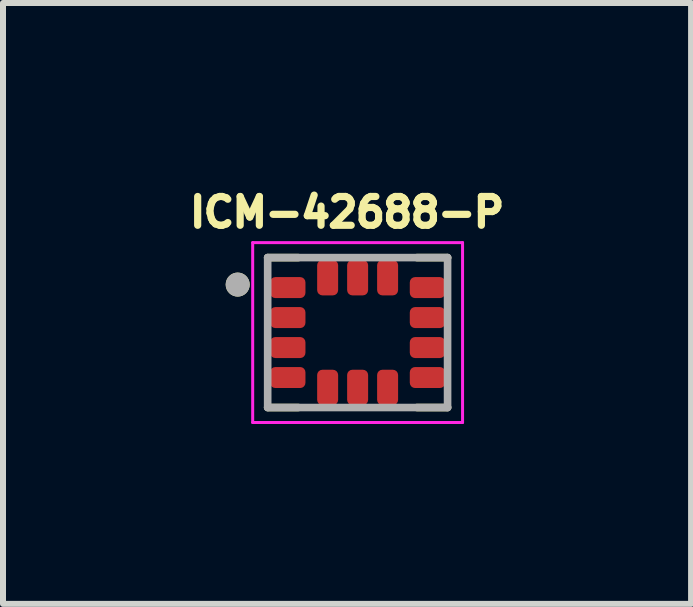
<source format=kicad_pcb>
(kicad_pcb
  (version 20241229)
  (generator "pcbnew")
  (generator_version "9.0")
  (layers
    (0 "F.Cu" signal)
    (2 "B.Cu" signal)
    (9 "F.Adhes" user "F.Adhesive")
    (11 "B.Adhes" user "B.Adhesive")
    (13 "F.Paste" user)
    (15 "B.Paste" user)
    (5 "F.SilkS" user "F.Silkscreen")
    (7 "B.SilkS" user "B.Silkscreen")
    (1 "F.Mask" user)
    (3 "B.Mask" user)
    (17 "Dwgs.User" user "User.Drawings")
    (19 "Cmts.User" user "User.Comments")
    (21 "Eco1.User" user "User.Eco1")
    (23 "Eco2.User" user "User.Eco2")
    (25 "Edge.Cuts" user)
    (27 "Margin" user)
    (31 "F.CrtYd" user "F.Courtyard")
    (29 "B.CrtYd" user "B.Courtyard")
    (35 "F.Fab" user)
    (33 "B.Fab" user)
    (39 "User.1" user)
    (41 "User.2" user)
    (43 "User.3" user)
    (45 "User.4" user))
  (footprint "ICM-42688-P"
    (layer "F.Cu")
    (at 2.914 2.496)
    (property "Reference" "ICM-42688-P" (at -0.176 -2.005 0) (layer "F.SilkS") (effects (font (size 0.48 0.48) (thickness 0.15))))
    (attr smd)
    (fp_poly (pts (xy -0.82 -0.85) (xy -0.82 -0.65) (xy -0.82 -0.643) (xy -0.821 -0.637) (xy -0.822 -0.63) (xy -0.823 -0.624) (xy -0.824 -0.618) (xy -0.826 -0.611) (xy -0.828 -0.605) (xy -0.831 -0.599) (xy -0.834 -0.593) (xy -0.837 -0.588) (xy -0.84 -0.582) (xy -0.844 -0.577) (xy -0.848 -0.571) (xy -0.852 -0.566) (xy -0.857 -0.562) (xy -0.861 -0.557) (xy -0.866 -0.553) (xy -0.872 -0.549) (xy -0.877 -0.545) (xy -0.882 -0.542) (xy -0.888 -0.539) (xy -0.894 -0.536) (xy -0.9 -0.533) (xy -0.906 -0.531) (xy -0.913 -0.529) (xy -0.919 -0.528) (xy -0.925 -0.527) (xy -0.932 -0.526) (xy -0.938 -0.525) (xy -0.945 -0.525) (xy -1.385 -0.525) (xy -1.392 -0.525) (xy -1.398 -0.526) (xy -1.405 -0.527) (xy -1.411 -0.528) (xy -1.417 -0.529) (xy -1.424 -0.531) (xy -1.43 -0.533) (xy -1.436 -0.536) (xy -1.442 -0.539) (xy -1.448 -0.542) (xy -1.453 -0.545) (xy -1.458 -0.549) (xy -1.464 -0.553) (xy -1.469 -0.557) (xy -1.473 -0.562) (xy -1.478 -0.566) (xy -1.482 -0.571) (xy -1.486 -0.577) (xy -1.49 -0.582) (xy -1.493 -0.588) (xy -1.496 -0.593) (xy -1.499 -0.599) (xy -1.502 -0.605) (xy -1.504 -0.611) (xy -1.506 -0.618) (xy -1.507 -0.624) (xy -1.508 -0.63) (xy -1.509 -0.637) (xy -1.51 -0.643) (xy -1.51 -0.65) (xy -1.51 -0.85) (xy -1.51 -0.857) (xy -1.509 -0.863) (xy -1.508 -0.87) (xy -1.507 -0.876) (xy -1.506 -0.882) (xy -1.504 -0.889) (xy -1.502 -0.895) (xy -1.499 -0.901) (xy -1.496 -0.907) (xy -1.493 -0.912) (xy -1.49 -0.918) (xy -1.486 -0.923) (xy -1.482 -0.929) (xy -1.478 -0.934) (xy -1.473 -0.938) (xy -1.469 -0.943) (xy -1.464 -0.947) (xy -1.458 -0.951) (xy -1.453 -0.955) (xy -1.448 -0.958) (xy -1.442 -0.961) (xy -1.436 -0.964) (xy -1.43 -0.967) (xy -1.424 -0.969) (xy -1.417 -0.971) (xy -1.411 -0.972) (xy -1.405 -0.973) (xy -1.398 -0.974) (xy -1.392 -0.975) (xy -1.385 -0.975) (xy -0.945 -0.975) (xy -0.938 -0.975) (xy -0.932 -0.974) (xy -0.925 -0.973) (xy -0.919 -0.972) (xy -0.913 -0.971) (xy -0.906 -0.969) (xy -0.9 -0.967) (xy -0.894 -0.964) (xy -0.888 -0.961) (xy -0.882 -0.958) (xy -0.877 -0.955) (xy -0.872 -0.951) (xy -0.866 -0.947) (xy -0.861 -0.943) (xy -0.857 -0.938) (xy -0.852 -0.934) (xy -0.848 -0.929) (xy -0.844 -0.923) (xy -0.84 -0.918) (xy -0.837 -0.912) (xy -0.834 -0.907) (xy -0.831 -0.901) (xy -0.828 -0.895) (xy -0.826 -0.889) (xy -0.824 -0.882) (xy -0.823 -0.876) (xy -0.822 -0.87) (xy -0.821 -0.863) (xy -0.82 -0.857) (xy -0.82 -0.85)) (stroke (width 0.01) (type solid)) (fill yes) (layer "F.Mask"))
    (fp_poly (pts (xy -0.82 -0.35) (xy -0.82 -0.15) (xy -0.82 -0.143) (xy -0.821 -0.137) (xy -0.822 -0.13) (xy -0.823 -0.124) (xy -0.824 -0.118) (xy -0.826 -0.111) (xy -0.828 -0.105) (xy -0.831 -0.099) (xy -0.834 -0.093) (xy -0.837 -0.088) (xy -0.84 -0.082) (xy -0.844 -0.077) (xy -0.848 -0.071) (xy -0.852 -0.066) (xy -0.857 -0.062) (xy -0.861 -0.057) (xy -0.866 -0.053) (xy -0.872 -0.049) (xy -0.877 -0.045) (xy -0.882 -0.042) (xy -0.888 -0.039) (xy -0.894 -0.036) (xy -0.9 -0.033) (xy -0.906 -0.031) (xy -0.913 -0.029) (xy -0.919 -0.028) (xy -0.925 -0.027) (xy -0.932 -0.026) (xy -0.938 -0.025) (xy -0.945 -0.025) (xy -1.385 -0.025) (xy -1.392 -0.025) (xy -1.398 -0.026) (xy -1.405 -0.027) (xy -1.411 -0.028) (xy -1.417 -0.029) (xy -1.424 -0.031) (xy -1.43 -0.033) (xy -1.436 -0.036) (xy -1.442 -0.039) (xy -1.448 -0.042) (xy -1.453 -0.045) (xy -1.458 -0.049) (xy -1.464 -0.053) (xy -1.469 -0.057) (xy -1.473 -0.062) (xy -1.478 -0.066) (xy -1.482 -0.071) (xy -1.486 -0.077) (xy -1.49 -0.082) (xy -1.493 -0.088) (xy -1.496 -0.093) (xy -1.499 -0.099) (xy -1.502 -0.105) (xy -1.504 -0.111) (xy -1.506 -0.118) (xy -1.507 -0.124) (xy -1.508 -0.13) (xy -1.509 -0.137) (xy -1.51 -0.143) (xy -1.51 -0.15) (xy -1.51 -0.35) (xy -1.51 -0.357) (xy -1.509 -0.363) (xy -1.508 -0.37) (xy -1.507 -0.376) (xy -1.506 -0.382) (xy -1.504 -0.389) (xy -1.502 -0.395) (xy -1.499 -0.401) (xy -1.496 -0.407) (xy -1.493 -0.412) (xy -1.49 -0.418) (xy -1.486 -0.423) (xy -1.482 -0.429) (xy -1.478 -0.434) (xy -1.473 -0.438) (xy -1.469 -0.443) (xy -1.464 -0.447) (xy -1.458 -0.451) (xy -1.453 -0.455) (xy -1.448 -0.458) (xy -1.442 -0.461) (xy -1.436 -0.464) (xy -1.43 -0.467) (xy -1.424 -0.469) (xy -1.417 -0.471) (xy -1.411 -0.472) (xy -1.405 -0.473) (xy -1.398 -0.474) (xy -1.392 -0.475) (xy -1.385 -0.475) (xy -0.945 -0.475) (xy -0.938 -0.475) (xy -0.932 -0.474) (xy -0.925 -0.473) (xy -0.919 -0.472) (xy -0.913 -0.471) (xy -0.906 -0.469) (xy -0.9 -0.467) (xy -0.894 -0.464) (xy -0.888 -0.461) (xy -0.882 -0.458) (xy -0.877 -0.455) (xy -0.872 -0.451) (xy -0.866 -0.447) (xy -0.861 -0.443) (xy -0.857 -0.438) (xy -0.852 -0.434) (xy -0.848 -0.429) (xy -0.844 -0.423) (xy -0.84 -0.418) (xy -0.837 -0.412) (xy -0.834 -0.407) (xy -0.831 -0.401) (xy -0.828 -0.395) (xy -0.826 -0.389) (xy -0.824 -0.382) (xy -0.823 -0.376) (xy -0.822 -0.37) (xy -0.821 -0.363) (xy -0.82 -0.357) (xy -0.82 -0.35)) (stroke (width 0.01) (type solid)) (fill yes) (layer "F.Mask"))
    (fp_poly (pts (xy -0.82 0.15) (xy -0.82 0.35) (xy -0.82 0.357) (xy -0.821 0.363) (xy -0.822 0.37) (xy -0.823 0.376) (xy -0.824 0.382) (xy -0.826 0.389) (xy -0.828 0.395) (xy -0.831 0.401) (xy -0.834 0.407) (xy -0.837 0.412) (xy -0.84 0.418) (xy -0.844 0.423) (xy -0.848 0.429) (xy -0.852 0.434) (xy -0.857 0.438) (xy -0.861 0.443) (xy -0.866 0.447) (xy -0.872 0.451) (xy -0.877 0.455) (xy -0.882 0.458) (xy -0.888 0.461) (xy -0.894 0.464) (xy -0.9 0.467) (xy -0.906 0.469) (xy -0.913 0.471) (xy -0.919 0.472) (xy -0.925 0.473) (xy -0.932 0.474) (xy -0.938 0.475) (xy -0.945 0.475) (xy -1.385 0.475) (xy -1.392 0.475) (xy -1.398 0.474) (xy -1.405 0.473) (xy -1.411 0.472) (xy -1.417 0.471) (xy -1.424 0.469) (xy -1.43 0.467) (xy -1.436 0.464) (xy -1.442 0.461) (xy -1.448 0.458) (xy -1.453 0.455) (xy -1.458 0.451) (xy -1.464 0.447) (xy -1.469 0.443) (xy -1.473 0.438) (xy -1.478 0.434) (xy -1.482 0.429) (xy -1.486 0.423) (xy -1.49 0.418) (xy -1.493 0.412) (xy -1.496 0.407) (xy -1.499 0.401) (xy -1.502 0.395) (xy -1.504 0.389) (xy -1.506 0.382) (xy -1.507 0.376) (xy -1.508 0.37) (xy -1.509 0.363) (xy -1.51 0.357) (xy -1.51 0.35) (xy -1.51 0.15) (xy -1.51 0.143) (xy -1.509 0.137) (xy -1.508 0.13) (xy -1.507 0.124) (xy -1.506 0.118) (xy -1.504 0.111) (xy -1.502 0.105) (xy -1.499 0.099) (xy -1.496 0.093) (xy -1.493 0.088) (xy -1.49 0.082) (xy -1.486 0.077) (xy -1.482 0.071) (xy -1.478 0.066) (xy -1.473 0.062) (xy -1.469 0.057) (xy -1.464 0.053) (xy -1.458 0.049) (xy -1.453 0.045) (xy -1.448 0.042) (xy -1.442 0.039) (xy -1.436 0.036) (xy -1.43 0.033) (xy -1.424 0.031) (xy -1.417 0.029) (xy -1.411 0.028) (xy -1.405 0.027) (xy -1.398 0.026) (xy -1.392 0.025) (xy -1.385 0.025) (xy -0.945 0.025) (xy -0.938 0.025) (xy -0.932 0.026) (xy -0.925 0.027) (xy -0.919 0.028) (xy -0.913 0.029) (xy -0.906 0.031) (xy -0.9 0.033) (xy -0.894 0.036) (xy -0.888 0.039) (xy -0.882 0.042) (xy -0.877 0.045) (xy -0.872 0.049) (xy -0.866 0.053) (xy -0.861 0.057) (xy -0.857 0.062) (xy -0.852 0.066) (xy -0.848 0.071) (xy -0.844 0.077) (xy -0.84 0.082) (xy -0.837 0.088) (xy -0.834 0.093) (xy -0.831 0.099) (xy -0.828 0.105) (xy -0.826 0.111) (xy -0.824 0.118) (xy -0.823 0.124) (xy -0.822 0.13) (xy -0.821 0.137) (xy -0.82 0.143) (xy -0.82 0.15)) (stroke (width 0.01) (type solid)) (fill yes) (layer "F.Mask"))
    (fp_poly (pts (xy -0.82 0.65) (xy -0.82 0.85) (xy -0.82 0.857) (xy -0.821 0.863) (xy -0.822 0.87) (xy -0.823 0.876) (xy -0.824 0.882) (xy -0.826 0.889) (xy -0.828 0.895) (xy -0.831 0.901) (xy -0.834 0.907) (xy -0.837 0.912) (xy -0.84 0.918) (xy -0.844 0.923) (xy -0.848 0.929) (xy -0.852 0.934) (xy -0.857 0.938) (xy -0.861 0.943) (xy -0.866 0.947) (xy -0.872 0.951) (xy -0.877 0.955) (xy -0.882 0.958) (xy -0.888 0.961) (xy -0.894 0.964) (xy -0.9 0.967) (xy -0.906 0.969) (xy -0.913 0.971) (xy -0.919 0.972) (xy -0.925 0.973) (xy -0.932 0.974) (xy -0.938 0.975) (xy -0.945 0.975) (xy -1.385 0.975) (xy -1.392 0.975) (xy -1.398 0.974) (xy -1.405 0.973) (xy -1.411 0.972) (xy -1.417 0.971) (xy -1.424 0.969) (xy -1.43 0.967) (xy -1.436 0.964) (xy -1.442 0.961) (xy -1.448 0.958) (xy -1.453 0.955) (xy -1.458 0.951) (xy -1.464 0.947) (xy -1.469 0.943) (xy -1.473 0.938) (xy -1.478 0.934) (xy -1.482 0.929) (xy -1.486 0.923) (xy -1.49 0.918) (xy -1.493 0.912) (xy -1.496 0.907) (xy -1.499 0.901) (xy -1.502 0.895) (xy -1.504 0.889) (xy -1.506 0.882) (xy -1.507 0.876) (xy -1.508 0.87) (xy -1.509 0.863) (xy -1.51 0.857) (xy -1.51 0.85) (xy -1.51 0.65) (xy -1.51 0.643) (xy -1.509 0.637) (xy -1.508 0.63) (xy -1.507 0.624) (xy -1.506 0.618) (xy -1.504 0.611) (xy -1.502 0.605) (xy -1.499 0.599) (xy -1.496 0.593) (xy -1.493 0.588) (xy -1.49 0.582) (xy -1.486 0.577) (xy -1.482 0.571) (xy -1.478 0.566) (xy -1.473 0.562) (xy -1.469 0.557) (xy -1.464 0.553) (xy -1.458 0.549) (xy -1.453 0.545) (xy -1.448 0.542) (xy -1.442 0.539) (xy -1.436 0.536) (xy -1.43 0.533) (xy -1.424 0.531) (xy -1.417 0.529) (xy -1.411 0.528) (xy -1.405 0.527) (xy -1.398 0.526) (xy -1.392 0.525) (xy -1.385 0.525) (xy -0.945 0.525) (xy -0.938 0.525) (xy -0.932 0.526) (xy -0.925 0.527) (xy -0.919 0.528) (xy -0.913 0.529) (xy -0.906 0.531) (xy -0.9 0.533) (xy -0.894 0.536) (xy -0.888 0.539) (xy -0.882 0.542) (xy -0.877 0.545) (xy -0.872 0.549) (xy -0.866 0.553) (xy -0.861 0.557) (xy -0.857 0.562) (xy -0.852 0.566) (xy -0.848 0.571) (xy -0.844 0.577) (xy -0.84 0.582) (xy -0.837 0.588) (xy -0.834 0.593) (xy -0.831 0.599) (xy -0.828 0.605) (xy -0.826 0.611) (xy -0.824 0.618) (xy -0.823 0.624) (xy -0.822 0.63) (xy -0.821 0.637) (xy -0.82 0.643) (xy -0.82 0.65)) (stroke (width 0.01) (type solid)) (fill yes) (layer "F.Mask"))
    (fp_poly (pts (xy -0.6 -1.26) (xy -0.4 -1.26) (xy -0.393 -1.26) (xy -0.387 -1.259) (xy -0.38 -1.258) (xy -0.374 -1.257) (xy -0.368 -1.256) (xy -0.361 -1.254) (xy -0.355 -1.252) (xy -0.349 -1.249) (xy -0.343 -1.246) (xy -0.338 -1.243) (xy -0.332 -1.24) (xy -0.327 -1.236) (xy -0.321 -1.232) (xy -0.316 -1.228) (xy -0.312 -1.223) (xy -0.307 -1.219) (xy -0.303 -1.214) (xy -0.299 -1.208) (xy -0.295 -1.203) (xy -0.292 -1.198) (xy -0.289 -1.192) (xy -0.286 -1.186) (xy -0.283 -1.18) (xy -0.281 -1.174) (xy -0.279 -1.167) (xy -0.278 -1.161) (xy -0.277 -1.155) (xy -0.276 -1.148) (xy -0.275 -1.142) (xy -0.275 -1.135) (xy -0.275 -0.695) (xy -0.275 -0.688) (xy -0.276 -0.682) (xy -0.277 -0.675) (xy -0.278 -0.669) (xy -0.279 -0.663) (xy -0.281 -0.656) (xy -0.283 -0.65) (xy -0.286 -0.644) (xy -0.289 -0.638) (xy -0.292 -0.632) (xy -0.295 -0.627) (xy -0.299 -0.622) (xy -0.303 -0.616) (xy -0.307 -0.611) (xy -0.312 -0.607) (xy -0.316 -0.602) (xy -0.321 -0.598) (xy -0.327 -0.594) (xy -0.332 -0.59) (xy -0.338 -0.587) (xy -0.343 -0.584) (xy -0.349 -0.581) (xy -0.355 -0.578) (xy -0.361 -0.576) (xy -0.368 -0.574) (xy -0.374 -0.573) (xy -0.38 -0.572) (xy -0.387 -0.571) (xy -0.393 -0.57) (xy -0.4 -0.57) (xy -0.6 -0.57) (xy -0.607 -0.57) (xy -0.613 -0.571) (xy -0.62 -0.572) (xy -0.626 -0.573) (xy -0.632 -0.574) (xy -0.639 -0.576) (xy -0.645 -0.578) (xy -0.651 -0.581) (xy -0.657 -0.584) (xy -0.663 -0.587) (xy -0.668 -0.59) (xy -0.673 -0.594) (xy -0.679 -0.598) (xy -0.684 -0.602) (xy -0.688 -0.607) (xy -0.693 -0.611) (xy -0.697 -0.616) (xy -0.701 -0.622) (xy -0.705 -0.627) (xy -0.708 -0.632) (xy -0.711 -0.638) (xy -0.714 -0.644) (xy -0.717 -0.65) (xy -0.719 -0.656) (xy -0.721 -0.663) (xy -0.722 -0.669) (xy -0.723 -0.675) (xy -0.724 -0.682) (xy -0.725 -0.688) (xy -0.725 -0.695) (xy -0.725 -1.135) (xy -0.725 -1.142) (xy -0.724 -1.148) (xy -0.723 -1.155) (xy -0.722 -1.161) (xy -0.721 -1.167) (xy -0.719 -1.174) (xy -0.717 -1.18) (xy -0.714 -1.186) (xy -0.711 -1.192) (xy -0.708 -1.198) (xy -0.705 -1.203) (xy -0.701 -1.208) (xy -0.697 -1.214) (xy -0.693 -1.219) (xy -0.688 -1.223) (xy -0.684 -1.228) (xy -0.679 -1.232) (xy -0.673 -1.236) (xy -0.668 -1.24) (xy -0.662 -1.243) (xy -0.657 -1.246) (xy -0.651 -1.249) (xy -0.645 -1.252) (xy -0.639 -1.254) (xy -0.632 -1.256) (xy -0.626 -1.257) (xy -0.62 -1.258) (xy -0.613 -1.259) (xy -0.607 -1.26) (xy -0.6 -1.26)) (stroke (width 0.01) (type solid)) (fill yes) (layer "F.Mask"))
    (fp_poly (pts (xy -0.6 0.57) (xy -0.4 0.57) (xy -0.393 0.57) (xy -0.387 0.571) (xy -0.38 0.572) (xy -0.374 0.573) (xy -0.368 0.574) (xy -0.361 0.576) (xy -0.355 0.578) (xy -0.349 0.581) (xy -0.343 0.584) (xy -0.338 0.587) (xy -0.332 0.59) (xy -0.327 0.594) (xy -0.321 0.598) (xy -0.316 0.602) (xy -0.312 0.607) (xy -0.307 0.611) (xy -0.303 0.616) (xy -0.299 0.622) (xy -0.295 0.627) (xy -0.292 0.632) (xy -0.289 0.638) (xy -0.286 0.644) (xy -0.283 0.65) (xy -0.281 0.656) (xy -0.279 0.663) (xy -0.278 0.669) (xy -0.277 0.675) (xy -0.276 0.682) (xy -0.275 0.688) (xy -0.275 0.695) (xy -0.275 1.135) (xy -0.275 1.142) (xy -0.276 1.148) (xy -0.277 1.155) (xy -0.278 1.161) (xy -0.279 1.167) (xy -0.281 1.174) (xy -0.283 1.18) (xy -0.286 1.186) (xy -0.289 1.192) (xy -0.292 1.198) (xy -0.295 1.203) (xy -0.299 1.208) (xy -0.303 1.214) (xy -0.307 1.219) (xy -0.312 1.223) (xy -0.316 1.228) (xy -0.321 1.232) (xy -0.327 1.236) (xy -0.332 1.24) (xy -0.338 1.243) (xy -0.343 1.246) (xy -0.349 1.249) (xy -0.355 1.252) (xy -0.361 1.254) (xy -0.368 1.256) (xy -0.374 1.257) (xy -0.38 1.258) (xy -0.387 1.259) (xy -0.393 1.26) (xy -0.4 1.26) (xy -0.6 1.26) (xy -0.607 1.26) (xy -0.613 1.259) (xy -0.62 1.258) (xy -0.626 1.257) (xy -0.632 1.256) (xy -0.639 1.254) (xy -0.645 1.252) (xy -0.651 1.249) (xy -0.657 1.246) (xy -0.663 1.243) (xy -0.668 1.24) (xy -0.673 1.236) (xy -0.679 1.232) (xy -0.684 1.228) (xy -0.688 1.223) (xy -0.693 1.219) (xy -0.697 1.214) (xy -0.701 1.208) (xy -0.705 1.203) (xy -0.708 1.198) (xy -0.711 1.192) (xy -0.714 1.186) (xy -0.717 1.18) (xy -0.719 1.174) (xy -0.721 1.167) (xy -0.722 1.161) (xy -0.723 1.155) (xy -0.724 1.148) (xy -0.725 1.142) (xy -0.725 1.135) (xy -0.725 0.695) (xy -0.725 0.688) (xy -0.724 0.682) (xy -0.723 0.675) (xy -0.722 0.669) (xy -0.721 0.663) (xy -0.719 0.656) (xy -0.717 0.65) (xy -0.714 0.644) (xy -0.711 0.638) (xy -0.708 0.632) (xy -0.705 0.627) (xy -0.701 0.622) (xy -0.697 0.616) (xy -0.693 0.611) (xy -0.688 0.607) (xy -0.684 0.602) (xy -0.679 0.598) (xy -0.673 0.594) (xy -0.668 0.59) (xy -0.662 0.587) (xy -0.657 0.584) (xy -0.651 0.581) (xy -0.645 0.578) (xy -0.639 0.576) (xy -0.632 0.574) (xy -0.626 0.573) (xy -0.62 0.572) (xy -0.613 0.571) (xy -0.607 0.57) (xy -0.6 0.57)) (stroke (width 0.01) (type solid)) (fill yes) (layer "F.Mask"))
    (fp_poly (pts (xy -0.1 -1.26) (xy 0.1 -1.26) (xy 0.107 -1.26) (xy 0.113 -1.259) (xy 0.12 -1.258) (xy 0.126 -1.257) (xy 0.132 -1.256) (xy 0.139 -1.254) (xy 0.145 -1.252) (xy 0.151 -1.249) (xy 0.157 -1.246) (xy 0.163 -1.243) (xy 0.168 -1.24) (xy 0.173 -1.236) (xy 0.179 -1.232) (xy 0.184 -1.228) (xy 0.188 -1.223) (xy 0.193 -1.219) (xy 0.197 -1.214) (xy 0.201 -1.208) (xy 0.205 -1.203) (xy 0.208 -1.198) (xy 0.211 -1.192) (xy 0.214 -1.186) (xy 0.217 -1.18) (xy 0.219 -1.174) (xy 0.221 -1.167) (xy 0.222 -1.161) (xy 0.223 -1.155) (xy 0.224 -1.148) (xy 0.225 -1.142) (xy 0.225 -1.135) (xy 0.225 -0.695) (xy 0.225 -0.688) (xy 0.224 -0.682) (xy 0.223 -0.675) (xy 0.222 -0.669) (xy 0.221 -0.663) (xy 0.219 -0.656) (xy 0.217 -0.65) (xy 0.214 -0.644) (xy 0.211 -0.638) (xy 0.208 -0.632) (xy 0.205 -0.627) (xy 0.201 -0.622) (xy 0.197 -0.616) (xy 0.193 -0.611) (xy 0.188 -0.607) (xy 0.184 -0.602) (xy 0.179 -0.598) (xy 0.173 -0.594) (xy 0.168 -0.59) (xy 0.163 -0.587) (xy 0.157 -0.584) (xy 0.151 -0.581) (xy 0.145 -0.578) (xy 0.139 -0.576) (xy 0.132 -0.574) (xy 0.126 -0.573) (xy 0.12 -0.572) (xy 0.113 -0.571) (xy 0.107 -0.57) (xy 0.1 -0.57) (xy -0.1 -0.57) (xy -0.107 -0.57) (xy -0.113 -0.571) (xy -0.12 -0.572) (xy -0.126 -0.573) (xy -0.132 -0.574) (xy -0.139 -0.576) (xy -0.145 -0.578) (xy -0.151 -0.581) (xy -0.157 -0.584) (xy -0.163 -0.587) (xy -0.168 -0.59) (xy -0.173 -0.594) (xy -0.179 -0.598) (xy -0.184 -0.602) (xy -0.188 -0.607) (xy -0.193 -0.611) (xy -0.197 -0.616) (xy -0.201 -0.622) (xy -0.205 -0.627) (xy -0.208 -0.632) (xy -0.211 -0.638) (xy -0.214 -0.644) (xy -0.217 -0.65) (xy -0.219 -0.656) (xy -0.221 -0.663) (xy -0.222 -0.669) (xy -0.223 -0.675) (xy -0.224 -0.682) (xy -0.225 -0.688) (xy -0.225 -0.695) (xy -0.225 -1.135) (xy -0.225 -1.142) (xy -0.224 -1.148) (xy -0.223 -1.155) (xy -0.222 -1.161) (xy -0.221 -1.167) (xy -0.219 -1.174) (xy -0.217 -1.18) (xy -0.214 -1.186) (xy -0.211 -1.192) (xy -0.208 -1.198) (xy -0.205 -1.203) (xy -0.201 -1.208) (xy -0.197 -1.214) (xy -0.193 -1.219) (xy -0.188 -1.223) (xy -0.184 -1.228) (xy -0.179 -1.232) (xy -0.173 -1.236) (xy -0.168 -1.24) (xy -0.162 -1.243) (xy -0.157 -1.246) (xy -0.151 -1.249) (xy -0.145 -1.252) (xy -0.139 -1.254) (xy -0.132 -1.256) (xy -0.126 -1.257) (xy -0.12 -1.258) (xy -0.113 -1.259) (xy -0.107 -1.26) (xy -0.1 -1.26)) (stroke (width 0.01) (type solid)) (fill yes) (layer "F.Mask"))
    (fp_poly (pts (xy -0.1 0.57) (xy 0.1 0.57) (xy 0.107 0.57) (xy 0.113 0.571) (xy 0.12 0.572) (xy 0.126 0.573) (xy 0.132 0.574) (xy 0.139 0.576) (xy 0.145 0.578) (xy 0.151 0.581) (xy 0.157 0.584) (xy 0.163 0.587) (xy 0.168 0.59) (xy 0.173 0.594) (xy 0.179 0.598) (xy 0.184 0.602) (xy 0.188 0.607) (xy 0.193 0.611) (xy 0.197 0.616) (xy 0.201 0.622) (xy 0.205 0.627) (xy 0.208 0.632) (xy 0.211 0.638) (xy 0.214 0.644) (xy 0.217 0.65) (xy 0.219 0.656) (xy 0.221 0.663) (xy 0.222 0.669) (xy 0.223 0.675) (xy 0.224 0.682) (xy 0.225 0.688) (xy 0.225 0.695) (xy 0.225 1.135) (xy 0.225 1.142) (xy 0.224 1.148) (xy 0.223 1.155) (xy 0.222 1.161) (xy 0.221 1.167) (xy 0.219 1.174) (xy 0.217 1.18) (xy 0.214 1.186) (xy 0.211 1.192) (xy 0.208 1.198) (xy 0.205 1.203) (xy 0.201 1.208) (xy 0.197 1.214) (xy 0.193 1.219) (xy 0.188 1.223) (xy 0.184 1.228) (xy 0.179 1.232) (xy 0.173 1.236) (xy 0.168 1.24) (xy 0.163 1.243) (xy 0.157 1.246) (xy 0.151 1.249) (xy 0.145 1.252) (xy 0.139 1.254) (xy 0.132 1.256) (xy 0.126 1.257) (xy 0.12 1.258) (xy 0.113 1.259) (xy 0.107 1.26) (xy 0.1 1.26) (xy -0.1 1.26) (xy -0.107 1.26) (xy -0.113 1.259) (xy -0.12 1.258) (xy -0.126 1.257) (xy -0.132 1.256) (xy -0.139 1.254) (xy -0.145 1.252) (xy -0.151 1.249) (xy -0.157 1.246) (xy -0.163 1.243) (xy -0.168 1.24) (xy -0.173 1.236) (xy -0.179 1.232) (xy -0.184 1.228) (xy -0.188 1.223) (xy -0.193 1.219) (xy -0.197 1.214) (xy -0.201 1.208) (xy -0.205 1.203) (xy -0.208 1.198) (xy -0.211 1.192) (xy -0.214 1.186) (xy -0.217 1.18) (xy -0.219 1.174) (xy -0.221 1.167) (xy -0.222 1.161) (xy -0.223 1.155) (xy -0.224 1.148) (xy -0.225 1.142) (xy -0.225 1.135) (xy -0.225 0.695) (xy -0.225 0.688) (xy -0.224 0.682) (xy -0.223 0.675) (xy -0.222 0.669) (xy -0.221 0.663) (xy -0.219 0.656) (xy -0.217 0.65) (xy -0.214 0.644) (xy -0.211 0.638) (xy -0.208 0.632) (xy -0.205 0.627) (xy -0.201 0.622) (xy -0.197 0.616) (xy -0.193 0.611) (xy -0.188 0.607) (xy -0.184 0.602) (xy -0.179 0.598) (xy -0.173 0.594) (xy -0.168 0.59) (xy -0.162 0.587) (xy -0.157 0.584) (xy -0.151 0.581) (xy -0.145 0.578) (xy -0.139 0.576) (xy -0.132 0.574) (xy -0.126 0.573) (xy -0.12 0.572) (xy -0.113 0.571) (xy -0.107 0.57) (xy -0.1 0.57)) (stroke (width 0.01) (type solid)) (fill yes) (layer "F.Mask"))
    (fp_poly (pts (xy 0.4 -1.26) (xy 0.6 -1.26) (xy 0.607 -1.26) (xy 0.613 -1.259) (xy 0.62 -1.258) (xy 0.626 -1.257) (xy 0.632 -1.256) (xy 0.639 -1.254) (xy 0.645 -1.252) (xy 0.651 -1.249) (xy 0.657 -1.246) (xy 0.662 -1.243) (xy 0.668 -1.24) (xy 0.673 -1.236) (xy 0.679 -1.232) (xy 0.684 -1.228) (xy 0.688 -1.223) (xy 0.693 -1.219) (xy 0.697 -1.214) (xy 0.701 -1.208) (xy 0.705 -1.203) (xy 0.708 -1.198) (xy 0.711 -1.192) (xy 0.714 -1.186) (xy 0.717 -1.18) (xy 0.719 -1.174) (xy 0.721 -1.167) (xy 0.722 -1.161) (xy 0.723 -1.155) (xy 0.724 -1.148) (xy 0.725 -1.142) (xy 0.725 -1.135) (xy 0.725 -0.695) (xy 0.725 -0.688) (xy 0.724 -0.682) (xy 0.723 -0.675) (xy 0.722 -0.669) (xy 0.721 -0.663) (xy 0.719 -0.656) (xy 0.717 -0.65) (xy 0.714 -0.644) (xy 0.711 -0.638) (xy 0.708 -0.632) (xy 0.705 -0.627) (xy 0.701 -0.622) (xy 0.697 -0.616) (xy 0.693 -0.611) (xy 0.688 -0.607) (xy 0.684 -0.602) (xy 0.679 -0.598) (xy 0.673 -0.594) (xy 0.668 -0.59) (xy 0.662 -0.587) (xy 0.657 -0.584) (xy 0.651 -0.581) (xy 0.645 -0.578) (xy 0.639 -0.576) (xy 0.632 -0.574) (xy 0.626 -0.573) (xy 0.62 -0.572) (xy 0.613 -0.571) (xy 0.607 -0.57) (xy 0.6 -0.57) (xy 0.4 -0.57) (xy 0.393 -0.57) (xy 0.387 -0.571) (xy 0.38 -0.572) (xy 0.374 -0.573) (xy 0.368 -0.574) (xy 0.361 -0.576) (xy 0.355 -0.578) (xy 0.349 -0.581) (xy 0.343 -0.584) (xy 0.337 -0.587) (xy 0.332 -0.59) (xy 0.327 -0.594) (xy 0.321 -0.598) (xy 0.316 -0.602) (xy 0.312 -0.607) (xy 0.307 -0.611) (xy 0.303 -0.616) (xy 0.299 -0.622) (xy 0.295 -0.627) (xy 0.292 -0.632) (xy 0.289 -0.638) (xy 0.286 -0.644) (xy 0.283 -0.65) (xy 0.281 -0.656) (xy 0.279 -0.663) (xy 0.278 -0.669) (xy 0.277 -0.675) (xy 0.276 -0.682) (xy 0.275 -0.688) (xy 0.275 -0.695) (xy 0.275 -1.135) (xy 0.275 -1.142) (xy 0.276 -1.148) (xy 0.277 -1.155) (xy 0.278 -1.161) (xy 0.279 -1.167) (xy 0.281 -1.174) (xy 0.283 -1.18) (xy 0.286 -1.186) (xy 0.289 -1.192) (xy 0.292 -1.198) (xy 0.295 -1.203) (xy 0.299 -1.208) (xy 0.303 -1.214) (xy 0.307 -1.219) (xy 0.312 -1.223) (xy 0.316 -1.228) (xy 0.321 -1.232) (xy 0.327 -1.236) (xy 0.332 -1.24) (xy 0.338 -1.243) (xy 0.343 -1.246) (xy 0.349 -1.249) (xy 0.355 -1.252) (xy 0.361 -1.254) (xy 0.368 -1.256) (xy 0.374 -1.257) (xy 0.38 -1.258) (xy 0.387 -1.259) (xy 0.393 -1.26) (xy 0.4 -1.26)) (stroke (width 0.01) (type solid)) (fill yes) (layer "F.Mask"))
    (fp_poly (pts (xy 0.4 0.57) (xy 0.6 0.57) (xy 0.607 0.57) (xy 0.613 0.571) (xy 0.62 0.572) (xy 0.626 0.573) (xy 0.632 0.574) (xy 0.639 0.576) (xy 0.645 0.578) (xy 0.651 0.581) (xy 0.657 0.584) (xy 0.662 0.587) (xy 0.668 0.59) (xy 0.673 0.594) (xy 0.679 0.598) (xy 0.684 0.602) (xy 0.688 0.607) (xy 0.693 0.611) (xy 0.697 0.616) (xy 0.701 0.622) (xy 0.705 0.627) (xy 0.708 0.632) (xy 0.711 0.638) (xy 0.714 0.644) (xy 0.717 0.65) (xy 0.719 0.656) (xy 0.721 0.663) (xy 0.722 0.669) (xy 0.723 0.675) (xy 0.724 0.682) (xy 0.725 0.688) (xy 0.725 0.695) (xy 0.725 1.135) (xy 0.725 1.142) (xy 0.724 1.148) (xy 0.723 1.155) (xy 0.722 1.161) (xy 0.721 1.167) (xy 0.719 1.174) (xy 0.717 1.18) (xy 0.714 1.186) (xy 0.711 1.192) (xy 0.708 1.198) (xy 0.705 1.203) (xy 0.701 1.208) (xy 0.697 1.214) (xy 0.693 1.219) (xy 0.688 1.223) (xy 0.684 1.228) (xy 0.679 1.232) (xy 0.673 1.236) (xy 0.668 1.24) (xy 0.662 1.243) (xy 0.657 1.246) (xy 0.651 1.249) (xy 0.645 1.252) (xy 0.639 1.254) (xy 0.632 1.256) (xy 0.626 1.257) (xy 0.62 1.258) (xy 0.613 1.259) (xy 0.607 1.26) (xy 0.6 1.26) (xy 0.4 1.26) (xy 0.393 1.26) (xy 0.387 1.259) (xy 0.38 1.258) (xy 0.374 1.257) (xy 0.368 1.256) (xy 0.361 1.254) (xy 0.355 1.252) (xy 0.349 1.249) (xy 0.343 1.246) (xy 0.337 1.243) (xy 0.332 1.24) (xy 0.327 1.236) (xy 0.321 1.232) (xy 0.316 1.228) (xy 0.312 1.223) (xy 0.307 1.219) (xy 0.303 1.214) (xy 0.299 1.208) (xy 0.295 1.203) (xy 0.292 1.198) (xy 0.289 1.192) (xy 0.286 1.186) (xy 0.283 1.18) (xy 0.281 1.174) (xy 0.279 1.167) (xy 0.278 1.161) (xy 0.277 1.155) (xy 0.276 1.148) (xy 0.275 1.142) (xy 0.275 1.135) (xy 0.275 0.695) (xy 0.275 0.688) (xy 0.276 0.682) (xy 0.277 0.675) (xy 0.278 0.669) (xy 0.279 0.663) (xy 0.281 0.656) (xy 0.283 0.65) (xy 0.286 0.644) (xy 0.289 0.638) (xy 0.292 0.632) (xy 0.295 0.627) (xy 0.299 0.622) (xy 0.303 0.616) (xy 0.307 0.611) (xy 0.312 0.607) (xy 0.316 0.602) (xy 0.321 0.598) (xy 0.327 0.594) (xy 0.332 0.59) (xy 0.338 0.587) (xy 0.343 0.584) (xy 0.349 0.581) (xy 0.355 0.578) (xy 0.361 0.576) (xy 0.368 0.574) (xy 0.374 0.573) (xy 0.38 0.572) (xy 0.387 0.571) (xy 0.393 0.57) (xy 0.4 0.57)) (stroke (width 0.01) (type solid)) (fill yes) (layer "F.Mask"))
    (fp_poly (pts (xy 1.51 -0.85) (xy 1.51 -0.65) (xy 1.51 -0.643) (xy 1.509 -0.637) (xy 1.508 -0.63) (xy 1.507 -0.624) (xy 1.506 -0.618) (xy 1.504 -0.611) (xy 1.502 -0.605) (xy 1.499 -0.599) (xy 1.496 -0.593) (xy 1.493 -0.588) (xy 1.49 -0.582) (xy 1.486 -0.577) (xy 1.482 -0.571) (xy 1.478 -0.566) (xy 1.473 -0.562) (xy 1.469 -0.557) (xy 1.464 -0.553) (xy 1.458 -0.549) (xy 1.453 -0.545) (xy 1.448 -0.542) (xy 1.442 -0.539) (xy 1.436 -0.536) (xy 1.43 -0.533) (xy 1.424 -0.531) (xy 1.417 -0.529) (xy 1.411 -0.528) (xy 1.405 -0.527) (xy 1.398 -0.526) (xy 1.392 -0.525) (xy 1.385 -0.525) (xy 0.945 -0.525) (xy 0.938 -0.525) (xy 0.932 -0.526) (xy 0.925 -0.527) (xy 0.919 -0.528) (xy 0.913 -0.529) (xy 0.906 -0.531) (xy 0.9 -0.533) (xy 0.894 -0.536) (xy 0.888 -0.539) (xy 0.882 -0.542) (xy 0.877 -0.545) (xy 0.872 -0.549) (xy 0.866 -0.553) (xy 0.861 -0.557) (xy 0.857 -0.562) (xy 0.852 -0.566) (xy 0.848 -0.571) (xy 0.844 -0.577) (xy 0.84 -0.582) (xy 0.837 -0.588) (xy 0.834 -0.593) (xy 0.831 -0.599) (xy 0.828 -0.605) (xy 0.826 -0.611) (xy 0.824 -0.618) (xy 0.823 -0.624) (xy 0.822 -0.63) (xy 0.821 -0.637) (xy 0.82 -0.643) (xy 0.82 -0.65) (xy 0.82 -0.85) (xy 0.82 -0.857) (xy 0.821 -0.863) (xy 0.822 -0.87) (xy 0.823 -0.876) (xy 0.824 -0.882) (xy 0.826 -0.889) (xy 0.828 -0.895) (xy 0.831 -0.901) (xy 0.834 -0.907) (xy 0.837 -0.912) (xy 0.84 -0.918) (xy 0.844 -0.923) (xy 0.848 -0.929) (xy 0.852 -0.934) (xy 0.857 -0.938) (xy 0.861 -0.943) (xy 0.866 -0.947) (xy 0.872 -0.951) (xy 0.877 -0.955) (xy 0.882 -0.958) (xy 0.888 -0.961) (xy 0.894 -0.964) (xy 0.9 -0.967) (xy 0.906 -0.969) (xy 0.913 -0.971) (xy 0.919 -0.972) (xy 0.925 -0.973) (xy 0.932 -0.974) (xy 0.938 -0.975) (xy 0.945 -0.975) (xy 1.385 -0.975) (xy 1.392 -0.975) (xy 1.398 -0.974) (xy 1.405 -0.973) (xy 1.411 -0.972) (xy 1.417 -0.971) (xy 1.424 -0.969) (xy 1.43 -0.967) (xy 1.436 -0.964) (xy 1.442 -0.961) (xy 1.448 -0.958) (xy 1.453 -0.955) (xy 1.458 -0.951) (xy 1.464 -0.947) (xy 1.469 -0.943) (xy 1.473 -0.938) (xy 1.478 -0.934) (xy 1.482 -0.929) (xy 1.486 -0.923) (xy 1.49 -0.918) (xy 1.493 -0.912) (xy 1.496 -0.907) (xy 1.499 -0.901) (xy 1.502 -0.895) (xy 1.504 -0.889) (xy 1.506 -0.882) (xy 1.507 -0.876) (xy 1.508 -0.87) (xy 1.509 -0.863) (xy 1.51 -0.857) (xy 1.51 -0.85)) (stroke (width 0.01) (type solid)) (fill yes) (layer "F.Mask"))
    (fp_poly (pts (xy 1.51 -0.35) (xy 1.51 -0.15) (xy 1.51 -0.143) (xy 1.509 -0.137) (xy 1.508 -0.13) (xy 1.507 -0.124) (xy 1.506 -0.118) (xy 1.504 -0.111) (xy 1.502 -0.105) (xy 1.499 -0.099) (xy 1.496 -0.093) (xy 1.493 -0.088) (xy 1.49 -0.082) (xy 1.486 -0.077) (xy 1.482 -0.071) (xy 1.478 -0.066) (xy 1.473 -0.062) (xy 1.469 -0.057) (xy 1.464 -0.053) (xy 1.458 -0.049) (xy 1.453 -0.045) (xy 1.448 -0.042) (xy 1.442 -0.039) (xy 1.436 -0.036) (xy 1.43 -0.033) (xy 1.424 -0.031) (xy 1.417 -0.029) (xy 1.411 -0.028) (xy 1.405 -0.027) (xy 1.398 -0.026) (xy 1.392 -0.025) (xy 1.385 -0.025) (xy 0.945 -0.025) (xy 0.938 -0.025) (xy 0.932 -0.026) (xy 0.925 -0.027) (xy 0.919 -0.028) (xy 0.913 -0.029) (xy 0.906 -0.031) (xy 0.9 -0.033) (xy 0.894 -0.036) (xy 0.888 -0.039) (xy 0.882 -0.042) (xy 0.877 -0.045) (xy 0.872 -0.049) (xy 0.866 -0.053) (xy 0.861 -0.057) (xy 0.857 -0.062) (xy 0.852 -0.066) (xy 0.848 -0.071) (xy 0.844 -0.077) (xy 0.84 -0.082) (xy 0.837 -0.088) (xy 0.834 -0.093) (xy 0.831 -0.099) (xy 0.828 -0.105) (xy 0.826 -0.111) (xy 0.824 -0.118) (xy 0.823 -0.124) (xy 0.822 -0.13) (xy 0.821 -0.137) (xy 0.82 -0.143) (xy 0.82 -0.15) (xy 0.82 -0.35) (xy 0.82 -0.357) (xy 0.821 -0.363) (xy 0.822 -0.37) (xy 0.823 -0.376) (xy 0.824 -0.382) (xy 0.826 -0.389) (xy 0.828 -0.395) (xy 0.831 -0.401) (xy 0.834 -0.407) (xy 0.837 -0.412) (xy 0.84 -0.418) (xy 0.844 -0.423) (xy 0.848 -0.429) (xy 0.852 -0.434) (xy 0.857 -0.438) (xy 0.861 -0.443) (xy 0.866 -0.447) (xy 0.872 -0.451) (xy 0.877 -0.455) (xy 0.882 -0.458) (xy 0.888 -0.461) (xy 0.894 -0.464) (xy 0.9 -0.467) (xy 0.906 -0.469) (xy 0.913 -0.471) (xy 0.919 -0.472) (xy 0.925 -0.473) (xy 0.932 -0.474) (xy 0.938 -0.475) (xy 0.945 -0.475) (xy 1.385 -0.475) (xy 1.392 -0.475) (xy 1.398 -0.474) (xy 1.405 -0.473) (xy 1.411 -0.472) (xy 1.417 -0.471) (xy 1.424 -0.469) (xy 1.43 -0.467) (xy 1.436 -0.464) (xy 1.442 -0.461) (xy 1.448 -0.458) (xy 1.453 -0.455) (xy 1.458 -0.451) (xy 1.464 -0.447) (xy 1.469 -0.443) (xy 1.473 -0.438) (xy 1.478 -0.434) (xy 1.482 -0.429) (xy 1.486 -0.423) (xy 1.49 -0.418) (xy 1.493 -0.412) (xy 1.496 -0.407) (xy 1.499 -0.401) (xy 1.502 -0.395) (xy 1.504 -0.389) (xy 1.506 -0.382) (xy 1.507 -0.376) (xy 1.508 -0.37) (xy 1.509 -0.363) (xy 1.51 -0.357) (xy 1.51 -0.35)) (stroke (width 0.01) (type solid)) (fill yes) (layer "F.Mask"))
    (fp_poly (pts (xy 1.51 0.15) (xy 1.51 0.35) (xy 1.51 0.357) (xy 1.509 0.363) (xy 1.508 0.37) (xy 1.507 0.376) (xy 1.506 0.382) (xy 1.504 0.389) (xy 1.502 0.395) (xy 1.499 0.401) (xy 1.496 0.407) (xy 1.493 0.412) (xy 1.49 0.418) (xy 1.486 0.423) (xy 1.482 0.429) (xy 1.478 0.434) (xy 1.473 0.438) (xy 1.469 0.443) (xy 1.464 0.447) (xy 1.458 0.451) (xy 1.453 0.455) (xy 1.448 0.458) (xy 1.442 0.461) (xy 1.436 0.464) (xy 1.43 0.467) (xy 1.424 0.469) (xy 1.417 0.471) (xy 1.411 0.472) (xy 1.405 0.473) (xy 1.398 0.474) (xy 1.392 0.475) (xy 1.385 0.475) (xy 0.945 0.475) (xy 0.938 0.475) (xy 0.932 0.474) (xy 0.925 0.473) (xy 0.919 0.472) (xy 0.913 0.471) (xy 0.906 0.469) (xy 0.9 0.467) (xy 0.894 0.464) (xy 0.888 0.461) (xy 0.882 0.458) (xy 0.877 0.455) (xy 0.872 0.451) (xy 0.866 0.447) (xy 0.861 0.443) (xy 0.857 0.438) (xy 0.852 0.434) (xy 0.848 0.429) (xy 0.844 0.423) (xy 0.84 0.418) (xy 0.837 0.412) (xy 0.834 0.407) (xy 0.831 0.401) (xy 0.828 0.395) (xy 0.826 0.389) (xy 0.824 0.382) (xy 0.823 0.376) (xy 0.822 0.37) (xy 0.821 0.363) (xy 0.82 0.357) (xy 0.82 0.35) (xy 0.82 0.15) (xy 0.82 0.143) (xy 0.821 0.137) (xy 0.822 0.13) (xy 0.823 0.124) (xy 0.824 0.118) (xy 0.826 0.111) (xy 0.828 0.105) (xy 0.831 0.099) (xy 0.834 0.093) (xy 0.837 0.088) (xy 0.84 0.082) (xy 0.844 0.077) (xy 0.848 0.071) (xy 0.852 0.066) (xy 0.857 0.062) (xy 0.861 0.057) (xy 0.866 0.053) (xy 0.872 0.049) (xy 0.877 0.045) (xy 0.882 0.042) (xy 0.888 0.039) (xy 0.894 0.036) (xy 0.9 0.033) (xy 0.906 0.031) (xy 0.913 0.029) (xy 0.919 0.028) (xy 0.925 0.027) (xy 0.932 0.026) (xy 0.938 0.025) (xy 0.945 0.025) (xy 1.385 0.025) (xy 1.392 0.025) (xy 1.398 0.026) (xy 1.405 0.027) (xy 1.411 0.028) (xy 1.417 0.029) (xy 1.424 0.031) (xy 1.43 0.033) (xy 1.436 0.036) (xy 1.442 0.039) (xy 1.448 0.042) (xy 1.453 0.045) (xy 1.458 0.049) (xy 1.464 0.053) (xy 1.469 0.057) (xy 1.473 0.062) (xy 1.478 0.066) (xy 1.482 0.071) (xy 1.486 0.077) (xy 1.49 0.082) (xy 1.493 0.088) (xy 1.496 0.093) (xy 1.499 0.099) (xy 1.502 0.105) (xy 1.504 0.111) (xy 1.506 0.118) (xy 1.507 0.124) (xy 1.508 0.13) (xy 1.509 0.137) (xy 1.51 0.143) (xy 1.51 0.15)) (stroke (width 0.01) (type solid)) (fill yes) (layer "F.Mask"))
    (fp_poly (pts (xy 1.51 0.65) (xy 1.51 0.85) (xy 1.51 0.857) (xy 1.509 0.863) (xy 1.508 0.87) (xy 1.507 0.876) (xy 1.506 0.882) (xy 1.504 0.889) (xy 1.502 0.895) (xy 1.499 0.901) (xy 1.496 0.907) (xy 1.493 0.912) (xy 1.49 0.918) (xy 1.486 0.923) (xy 1.482 0.929) (xy 1.478 0.934) (xy 1.473 0.938) (xy 1.469 0.943) (xy 1.464 0.947) (xy 1.458 0.951) (xy 1.453 0.955) (xy 1.448 0.958) (xy 1.442 0.961) (xy 1.436 0.964) (xy 1.43 0.967) (xy 1.424 0.969) (xy 1.417 0.971) (xy 1.411 0.972) (xy 1.405 0.973) (xy 1.398 0.974) (xy 1.392 0.975) (xy 1.385 0.975) (xy 0.945 0.975) (xy 0.938 0.975) (xy 0.932 0.974) (xy 0.925 0.973) (xy 0.919 0.972) (xy 0.913 0.971) (xy 0.906 0.969) (xy 0.9 0.967) (xy 0.894 0.964) (xy 0.888 0.961) (xy 0.882 0.958) (xy 0.877 0.955) (xy 0.872 0.951) (xy 0.866 0.947) (xy 0.861 0.943) (xy 0.857 0.938) (xy 0.852 0.934) (xy 0.848 0.929) (xy 0.844 0.923) (xy 0.84 0.918) (xy 0.837 0.912) (xy 0.834 0.907) (xy 0.831 0.901) (xy 0.828 0.895) (xy 0.826 0.889) (xy 0.824 0.882) (xy 0.823 0.876) (xy 0.822 0.87) (xy 0.821 0.863) (xy 0.82 0.857) (xy 0.82 0.85) (xy 0.82 0.65) (xy 0.82 0.643) (xy 0.821 0.637) (xy 0.822 0.63) (xy 0.823 0.624) (xy 0.824 0.618) (xy 0.826 0.611) (xy 0.828 0.605) (xy 0.831 0.599) (xy 0.834 0.593) (xy 0.837 0.588) (xy 0.84 0.582) (xy 0.844 0.577) (xy 0.848 0.571) (xy 0.852 0.566) (xy 0.857 0.562) (xy 0.861 0.557) (xy 0.866 0.553) (xy 0.872 0.549) (xy 0.877 0.545) (xy 0.882 0.542) (xy 0.888 0.539) (xy 0.894 0.536) (xy 0.9 0.533) (xy 0.906 0.531) (xy 0.913 0.529) (xy 0.919 0.528) (xy 0.925 0.527) (xy 0.932 0.526) (xy 0.938 0.525) (xy 0.945 0.525) (xy 1.385 0.525) (xy 1.392 0.525) (xy 1.398 0.526) (xy 1.405 0.527) (xy 1.411 0.528) (xy 1.417 0.529) (xy 1.424 0.531) (xy 1.43 0.533) (xy 1.436 0.536) (xy 1.442 0.539) (xy 1.448 0.542) (xy 1.453 0.545) (xy 1.458 0.549) (xy 1.464 0.553) (xy 1.469 0.557) (xy 1.473 0.562) (xy 1.478 0.566) (xy 1.482 0.571) (xy 1.486 0.577) (xy 1.49 0.582) (xy 1.493 0.588) (xy 1.496 0.593) (xy 1.499 0.599) (xy 1.502 0.605) (xy 1.504 0.611) (xy 1.506 0.618) (xy 1.507 0.624) (xy 1.508 0.63) (xy 1.509 0.637) (xy 1.51 0.643) (xy 1.51 0.65)) (stroke (width 0.01) (type solid)) (fill yes) (layer "F.Mask"))
    (fp_line (start -1.5 -1.25) (end -0.99 -1.25) (stroke (width 0.127) (type solid)) (layer "F.SilkS"))
    (fp_line (start -1.5 1.25) (end -0.99 1.25) (stroke (width 0.127) (type solid)) (layer "F.SilkS"))
    (fp_line (start 0.99 -1.25) (end 1.5 -1.25) (stroke (width 0.127) (type solid)) (layer "F.SilkS"))
    (fp_line (start 1.5 1.25) (end 0.99 1.25) (stroke (width 0.127) (type solid)) (layer "F.SilkS"))
    (fp_circle (center -2 -0.8) (end -1.9 -0.8) (stroke (width 0.2) (type solid)) (fill no) (layer "F.SilkS"))
    (fp_line (start -1.75 -1.5) (end 1.75 -1.5) (stroke (width 0.05) (type solid)) (layer "F.CrtYd"))
    (fp_line (start -1.75 1.5) (end -1.75 -1.5) (stroke (width 0.05) (type solid)) (layer "F.CrtYd"))
    (fp_line (start 1.75 -1.5) (end 1.75 1.5) (stroke (width 0.05) (type solid)) (layer "F.CrtYd"))
    (fp_line (start 1.75 1.5) (end -1.75 1.5) (stroke (width 0.05) (type solid)) (layer "F.CrtYd"))
    (fp_line (start -1.5 -1.25) (end 1.5 -1.25) (stroke (width 0.127) (type solid)) (layer "F.Fab"))
    (fp_line (start -1.5 1.25) (end -1.5 -1.25) (stroke (width 0.127) (type solid)) (layer "F.Fab"))
    (fp_line (start 1.5 -1.25) (end 1.5 1.25) (stroke (width 0.127) (type solid)) (layer "F.Fab"))
    (fp_line (start 1.5 1.25) (end -1.5 1.25) (stroke (width 0.127) (type solid)) (layer "F.Fab"))
    (fp_circle (center -2 -0.8) (end -1.9 -0.8) (stroke (width 0.2) (type solid)) (fill no) (layer "F.Fab"))
    (pad "1" smd roundrect (at -1.165 -0.75) (size 0.59 0.35) (layers "F.Cu" "F.Paste") (roundrect_rratio 0.25))
    (pad "2" smd roundrect (at -1.165 -0.25) (size 0.59 0.35) (layers "F.Cu" "F.Paste") (roundrect_rratio 0.25))
    (pad "3" smd roundrect (at -1.165 0.25) (size 0.59 0.35) (layers "F.Cu" "F.Paste") (roundrect_rratio 0.25))
    (pad "4" smd roundrect (at -1.165 0.75) (size 0.59 0.35) (layers "F.Cu" "F.Paste") (roundrect_rratio 0.25))
    (pad "5" smd roundrect (at -0.5 0.915) (size 0.35 0.59) (layers "F.Cu" "F.Paste") (roundrect_rratio 0.25))
    (pad "6" smd roundrect (at 0 0.915) (size 0.35 0.59) (layers "F.Cu" "F.Paste") (roundrect_rratio 0.25))
    (pad "7" smd roundrect (at 0.5 0.915) (size 0.35 0.59) (layers "F.Cu" "F.Paste") (roundrect_rratio 0.25))
    (pad "8" smd roundrect (at 1.165 0.75) (size 0.59 0.35) (layers "F.Cu" "F.Paste") (roundrect_rratio 0.25))
    (pad "9" smd roundrect (at 1.165 0.25) (size 0.59 0.35) (layers "F.Cu" "F.Paste") (roundrect_rratio 0.25))
    (pad "10" smd roundrect (at 1.165 -0.25) (size 0.59 0.35) (layers "F.Cu" "F.Paste") (roundrect_rratio 0.25))
    (pad "11" smd roundrect (at 1.165 -0.75) (size 0.59 0.35) (layers "F.Cu" "F.Paste") (roundrect_rratio 0.25))
    (pad "12" smd roundrect (at 0.5 -0.915) (size 0.35 0.59) (layers "F.Cu" "F.Paste") (roundrect_rratio 0.25))
    (pad "13" smd roundrect (at 0 -0.915) (size 0.35 0.59) (layers "F.Cu" "F.Paste") (roundrect_rratio 0.25))
    (pad "14" smd roundrect (at -0.5 -0.915) (size 0.35 0.59) (layers "F.Cu" "F.Paste") (roundrect_rratio 0.25)))
  (gr_rect
    (start -3 -3)
    (end 8.475 7.021)
    (stroke (width 0.1) (type default))
    (fill no)
    (layer "Edge.Cuts")))
</source>
